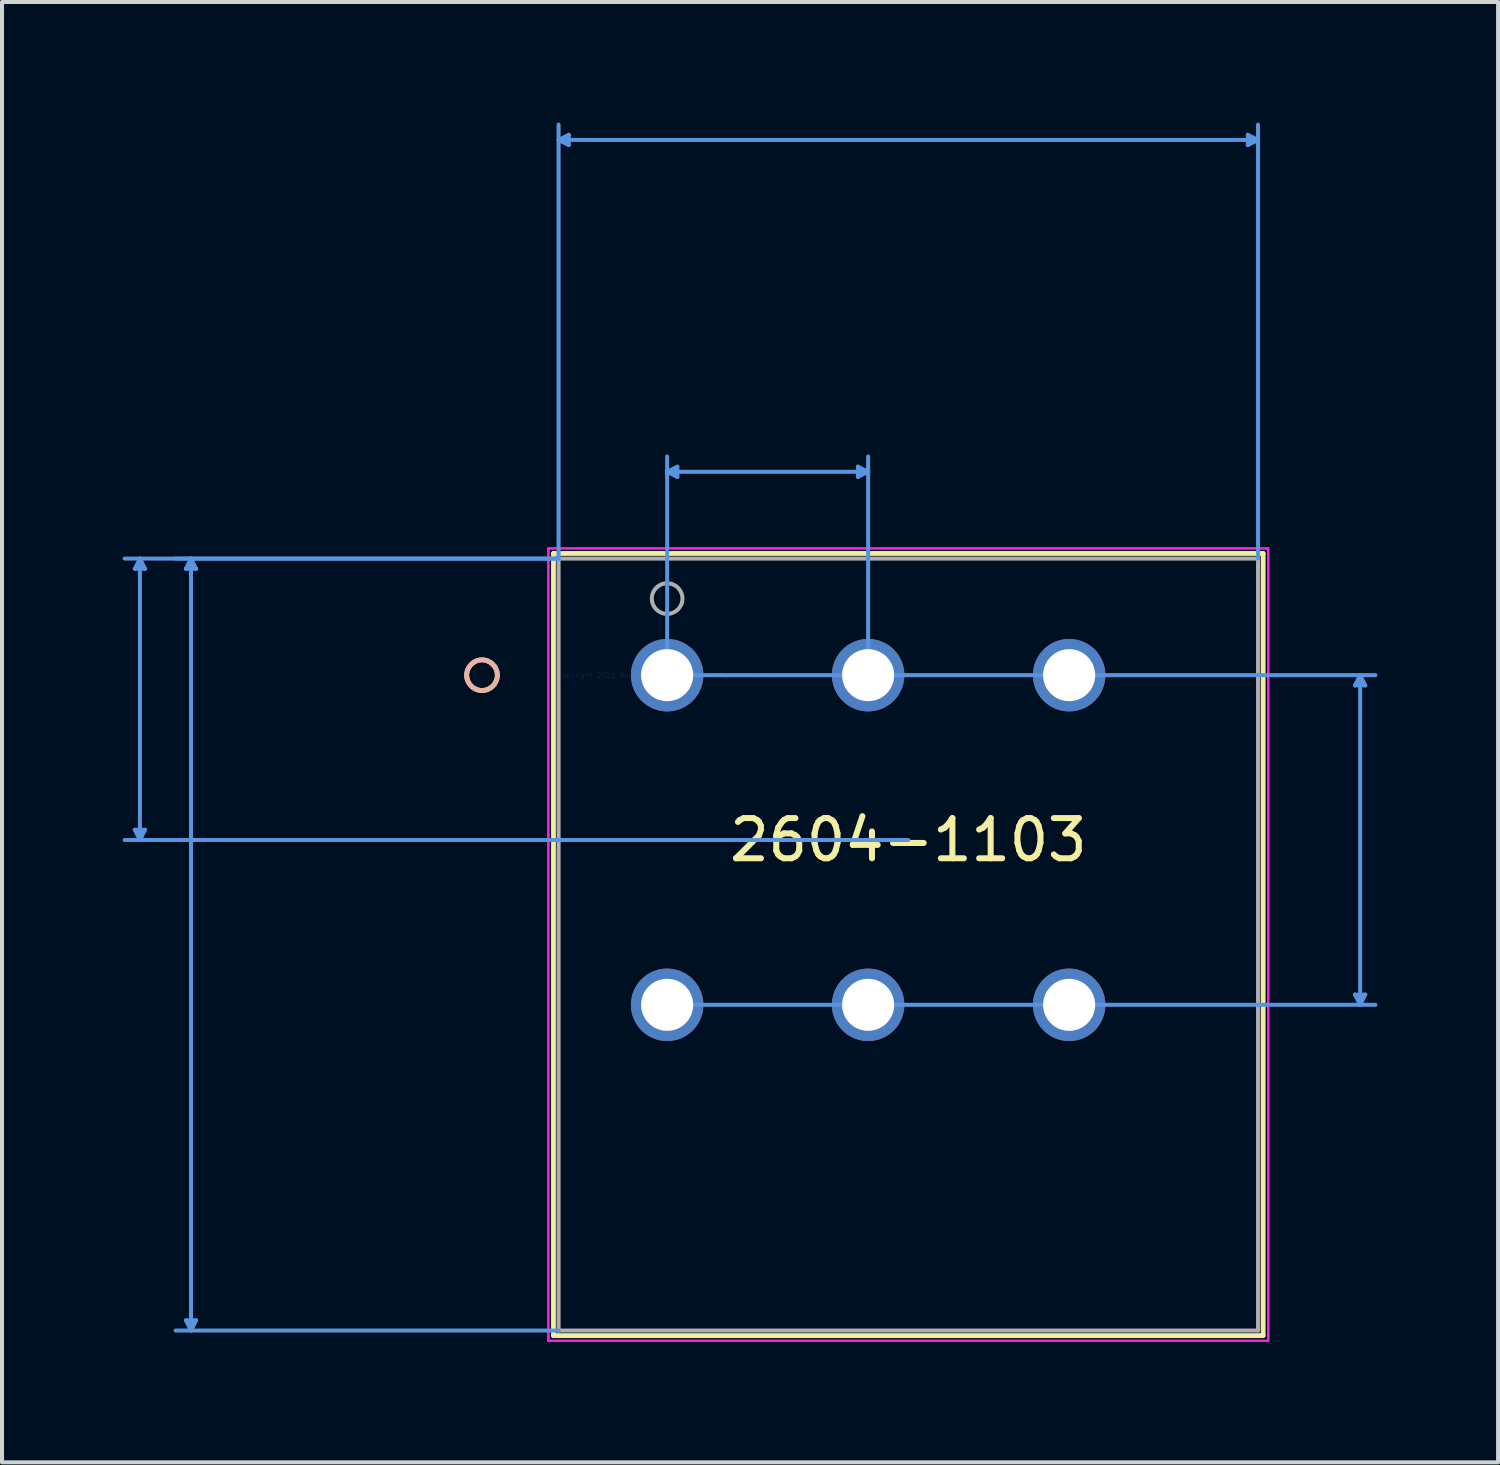
<source format=kicad_pcb>
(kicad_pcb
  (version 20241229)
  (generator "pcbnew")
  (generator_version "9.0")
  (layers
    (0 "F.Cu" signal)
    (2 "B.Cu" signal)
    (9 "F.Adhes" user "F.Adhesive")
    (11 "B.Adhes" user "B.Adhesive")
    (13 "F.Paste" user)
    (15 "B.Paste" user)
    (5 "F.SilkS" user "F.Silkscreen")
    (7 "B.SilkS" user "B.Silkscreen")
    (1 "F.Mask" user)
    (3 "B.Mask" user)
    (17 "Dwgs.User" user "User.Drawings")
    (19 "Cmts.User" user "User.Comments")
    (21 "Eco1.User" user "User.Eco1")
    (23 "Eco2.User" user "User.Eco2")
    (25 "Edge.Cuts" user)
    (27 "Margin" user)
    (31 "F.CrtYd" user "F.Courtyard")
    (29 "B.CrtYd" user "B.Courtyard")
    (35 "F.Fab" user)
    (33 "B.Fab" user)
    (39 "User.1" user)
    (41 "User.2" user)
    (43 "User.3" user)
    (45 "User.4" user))
  (footprint "2604-1103"
    (layer "F.Cu")
    (at 13.545 13.745)
    (property "Reference" "2604-1103" (at 6 4.1 0) (layer "F.SilkS") (effects (font (size 1 1) (thickness 0.15))))
    (attr through_hole)
    (fp_line (start -2.827 -3.027) (end -2.827 16.429) (stroke (width 0.12) (type solid)) (layer "F.SilkS"))
    (fp_line (start -2.827 16.429) (end 14.826 16.429) (stroke (width 0.12) (type solid)) (layer "F.SilkS"))
    (fp_line (start 14.826 -3.027) (end -2.827 -3.027) (stroke (width 0.12) (type solid)) (layer "F.SilkS"))
    (fp_line (start 14.826 16.429) (end 14.826 -3.027) (stroke (width 0.12) (type solid)) (layer "F.SilkS"))
    (fp_circle (center -4.605 0) (end -4.224 0) (stroke (width 0.12) (type solid)) (fill no) (layer "F.SilkS"))
    (fp_circle (center -4.605 0) (end -4.224 0) (stroke (width 0.12) (type solid)) (fill no) (layer "B.SilkS"))
    (fp_line (start -13.241 -2.646) (end -12.987 -2.646) (stroke (width 0.1) (type solid)) (layer "Cmts.User"))
    (fp_line (start -13.241 3.846) (end -12.987 3.846) (stroke (width 0.1) (type solid)) (layer "Cmts.User"))
    (fp_line (start -13.114 -2.9) (end -13.241 -2.646) (stroke (width 0.1) (type solid)) (layer "Cmts.User"))
    (fp_line (start -13.114 -2.9) (end -13.114 4.1) (stroke (width 0.1) (type solid)) (layer "Cmts.User"))
    (fp_line (start -13.114 -2.9) (end -12.987 -2.646) (stroke (width 0.1) (type solid)) (layer "Cmts.User"))
    (fp_line (start -13.114 4.1) (end -13.241 3.846) (stroke (width 0.1) (type solid)) (layer "Cmts.User"))
    (fp_line (start -13.114 4.1) (end -12.987 3.846) (stroke (width 0.1) (type solid)) (layer "Cmts.User"))
    (fp_line (start -11.971 -2.646) (end -11.717 -2.646) (stroke (width 0.1) (type solid)) (layer "Cmts.User"))
    (fp_line (start -11.971 16.048) (end -11.717 16.048) (stroke (width 0.1) (type solid)) (layer "Cmts.User"))
    (fp_line (start -11.844 -2.9) (end -11.971 -2.646) (stroke (width 0.1) (type solid)) (layer "Cmts.User"))
    (fp_line (start -11.844 -2.9) (end -11.844 16.302) (stroke (width 0.1) (type solid)) (layer "Cmts.User"))
    (fp_line (start -11.844 -2.9) (end -11.717 -2.646) (stroke (width 0.1) (type solid)) (layer "Cmts.User"))
    (fp_line (start -11.844 16.302) (end -11.971 16.048) (stroke (width 0.1) (type solid)) (layer "Cmts.User"))
    (fp_line (start -11.844 16.302) (end -11.717 16.048) (stroke (width 0.1) (type solid)) (layer "Cmts.User"))
    (fp_line (start -2.7 -13.314) (end -2.446 -13.441) (stroke (width 0.1) (type solid)) (layer "Cmts.User"))
    (fp_line (start -2.7 -13.314) (end -2.446 -13.187) (stroke (width 0.1) (type solid)) (layer "Cmts.User"))
    (fp_line (start -2.7 -13.314) (end 14.699 -13.314) (stroke (width 0.1) (type solid)) (layer "Cmts.User"))
    (fp_line (start -2.7 -2.9) (end -13.495 -2.9) (stroke (width 0.1) (type solid)) (layer "Cmts.User"))
    (fp_line (start -2.7 -2.9) (end -12.225 -2.9) (stroke (width 0.1) (type solid)) (layer "Cmts.User"))
    (fp_line (start -2.7 -2.9) (end -2.7 -13.695) (stroke (width 0.1) (type solid)) (layer "Cmts.User"))
    (fp_line (start -2.7 16.302) (end -12.225 16.302) (stroke (width 0.1) (type solid)) (layer "Cmts.User"))
    (fp_line (start -2.446 -13.441) (end -2.446 -13.187) (stroke (width 0.1) (type solid)) (layer "Cmts.User"))
    (fp_line (start 0 -5.059) (end 0.254 -5.186) (stroke (width 0.1) (type solid)) (layer "Cmts.User"))
    (fp_line (start 0 -5.059) (end 0.254 -4.932) (stroke (width 0.1) (type solid)) (layer "Cmts.User"))
    (fp_line (start 0 -5.059) (end 5 -5.059) (stroke (width 0.1) (type solid)) (layer "Cmts.User"))
    (fp_line (start 0 0) (end 0 -5.44) (stroke (width 0.1) (type solid)) (layer "Cmts.User"))
    (fp_line (start 0 0) (end 17.62 0) (stroke (width 0.1) (type solid)) (layer "Cmts.User"))
    (fp_line (start 0 8.2) (end 17.62 8.2) (stroke (width 0.1) (type solid)) (layer "Cmts.User"))
    (fp_line (start 0.254 -5.186) (end 0.254 -4.932) (stroke (width 0.1) (type solid)) (layer "Cmts.User"))
    (fp_line (start 4.746 -5.186) (end 4.746 -4.932) (stroke (width 0.1) (type solid)) (layer "Cmts.User"))
    (fp_line (start 5 -5.059) (end 4.746 -5.186) (stroke (width 0.1) (type solid)) (layer "Cmts.User"))
    (fp_line (start 5 -5.059) (end 4.746 -4.932) (stroke (width 0.1) (type solid)) (layer "Cmts.User"))
    (fp_line (start 5 0) (end 5 -5.44) (stroke (width 0.1) (type solid)) (layer "Cmts.User"))
    (fp_line (start 6 4.1) (end -13.495 4.1) (stroke (width 0.1) (type solid)) (layer "Cmts.User"))
    (fp_line (start 14.445 -13.441) (end 14.445 -13.187) (stroke (width 0.1) (type solid)) (layer "Cmts.User"))
    (fp_line (start 14.699 -13.314) (end 14.445 -13.441) (stroke (width 0.1) (type solid)) (layer "Cmts.User"))
    (fp_line (start 14.699 -13.314) (end 14.445 -13.187) (stroke (width 0.1) (type solid)) (layer "Cmts.User"))
    (fp_line (start 14.699 -2.9) (end 14.699 -13.695) (stroke (width 0.1) (type solid)) (layer "Cmts.User"))
    (fp_line (start 17.112 0.254) (end 17.366 0.254) (stroke (width 0.1) (type solid)) (layer "Cmts.User"))
    (fp_line (start 17.112 7.946) (end 17.366 7.946) (stroke (width 0.1) (type solid)) (layer "Cmts.User"))
    (fp_line (start 17.239 0) (end 17.112 0.254) (stroke (width 0.1) (type solid)) (layer "Cmts.User"))
    (fp_line (start 17.239 0) (end 17.239 8.2) (stroke (width 0.1) (type solid)) (layer "Cmts.User"))
    (fp_line (start 17.239 0) (end 17.366 0.254) (stroke (width 0.1) (type solid)) (layer "Cmts.User"))
    (fp_line (start 17.239 8.2) (end 17.112 7.946) (stroke (width 0.1) (type solid)) (layer "Cmts.User"))
    (fp_line (start 17.239 8.2) (end 17.366 7.946) (stroke (width 0.1) (type solid)) (layer "Cmts.User"))
    (fp_line (start -2.954 -3.154) (end -2.954 16.556) (stroke (width 0.05) (type solid)) (layer "F.CrtYd"))
    (fp_line (start -2.954 -3.154) (end -2.954 16.556) (stroke (width 0.05) (type solid)) (layer "F.CrtYd"))
    (fp_line (start -2.954 16.556) (end 14.953 16.556) (stroke (width 0.05) (type solid)) (layer "F.CrtYd"))
    (fp_line (start -2.954 16.556) (end 14.953 16.556) (stroke (width 0.05) (type solid)) (layer "F.CrtYd"))
    (fp_line (start 14.953 -3.154) (end -2.954 -3.154) (stroke (width 0.05) (type solid)) (layer "F.CrtYd"))
    (fp_line (start 14.953 -3.154) (end -2.954 -3.154) (stroke (width 0.05) (type solid)) (layer "F.CrtYd"))
    (fp_line (start 14.953 16.556) (end 14.953 -3.154) (stroke (width 0.05) (type solid)) (layer "F.CrtYd"))
    (fp_line (start 14.953 16.556) (end 14.953 -3.154) (stroke (width 0.05) (type solid)) (layer "F.CrtYd"))
    (fp_line (start -2.7 -2.9) (end -2.7 16.302) (stroke (width 0.1) (type solid)) (layer "F.Fab"))
    (fp_line (start -2.7 16.302) (end 14.699 16.302) (stroke (width 0.1) (type solid)) (layer "F.Fab"))
    (fp_line (start 14.699 -2.9) (end -2.7 -2.9) (stroke (width 0.1) (type solid)) (layer "F.Fab"))
    (fp_line (start 14.699 16.302) (end 14.699 -2.9) (stroke (width 0.1) (type solid)) (layer "F.Fab"))
    (fp_circle (center 0 -1.905) (end 0.381 -1.905) (stroke (width 0.1) (type solid)) (fill no) (layer "F.Fab"))
    (fp_text user "*" (at 0 0 0) (layer "F.SilkS") (effects (font (size 1 1) (thickness 0.15))))
    (fp_text user "Copyright 2021 Accelerated Designs. All rights reserved." (at 0 0 0) (layer "Cmts.User") (effects (font (size 0.127 0.127) (thickness 0.002))))
    (fp_text user "*" (at 0 0 0) (layer "F.Fab") (effects (font (size 1 1) (thickness 0.15))))
    (pad "1" thru_hole circle (at 0 0) (size 1.803 1.803) (drill 1.295) (layers "*.Cu" "*.Mask"))
    (pad "2" thru_hole circle (at 0 8.2) (size 1.803 1.803) (drill 1.295) (layers "*.Cu" "*.Mask"))
    (pad "3" thru_hole circle (at 5 0) (size 1.803 1.803) (drill 1.295) (layers "*.Cu" "*.Mask"))
    (pad "4" thru_hole circle (at 5 8.2) (size 1.803 1.803) (drill 1.295) (layers "*.Cu" "*.Mask"))
    (pad "5" thru_hole circle (at 10 0) (size 1.803 1.803) (drill 1.295) (layers "*.Cu" "*.Mask"))
    (pad "6" thru_hole circle (at 10 8.2) (size 1.803 1.803) (drill 1.295) (layers "*.Cu" "*.Mask")))
  (gr_rect
    (start -3 -3)
    (end 34.215 33.326)
    (stroke (width 0.1) (type default))
    (fill no)
    (layer "Edge.Cuts")))
</source>
